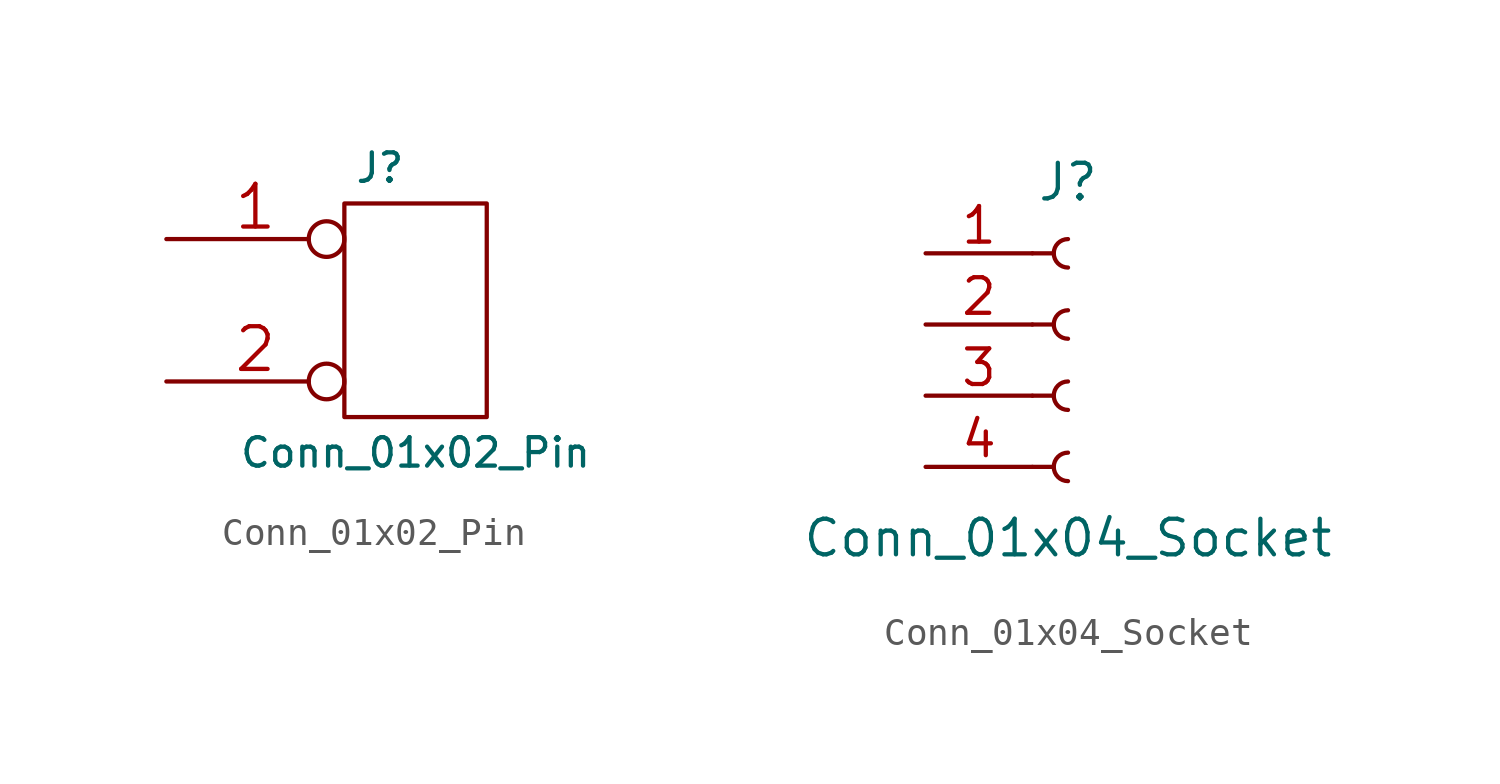
<source format=kicad_sym>
(kicad_symbol_lib
  (version 20220914)
  (generator kicad_symbol_editor)
  (symbol "Conn_01x02_Pin"
    (pin_names
      (offset 1.016) hide)
    (property "Reference" "J"
      (at -1.27 5.08 0)
      (effects (font (size 1.016 1.016))))
    (property "Value" "Conn_01x02_Pin"
      (at 0 -5.08 0)
      (effects (font (size 1.016 1.016))))
    (symbol "Conn_01x02_Pin_0_1"
      (rectangle (start -2.54 3.81) (end 2.54 -3.81) (stroke (width 0) (type solid)) (fill (type none))))
    (symbol "Conn_01x02_Pin_1_1"
      (pin passive inverted (at -8.89 2.54 0) (length 6.35) (name "P1" (effects (font (size 1.524 1.524)))) (number "1" (effects (font (size 1.524 1.524)))))
      (pin passive inverted (at -8.89 -2.54 0) (length 6.35) (name "PM" (effects (font (size 1.524 1.524)))) (number "2" (effects (font (size 1.524 1.524)))))))
  (symbol "Conn_01x04_Socket"
    (pin_names
      (offset 1.016) hide)
    (property "Reference" "J"
      (at 0 5.08 0)
      (effects (font (size 1.27 1.27))))
    (property "Value" "Conn_01x04_Socket"
      (at 0 -7.62 0)
      (effects (font (size 1.27 1.27))))
    (symbol "Conn_01x04_Socket_1_1"
      (arc (start 0 -4.572) (mid -0.5058 -5.08) (end 0 -5.588) (stroke (width 0.1524) (type default)) (fill (type none)))
      (arc (start 0 -2.032) (mid -0.5058 -2.54) (end 0 -3.048) (stroke (width 0.1524) (type default)) (fill (type none)))
      (polyline (pts (xy -1.27 -5.08) (xy -0.508 -5.08)) (stroke (width 0.152) (type default)) (fill (type none)))
      (polyline (pts (xy -1.27 -2.54) (xy -0.508 -2.54)) (stroke (width 0.152) (type default)) (fill (type none)))
      (polyline (pts (xy -1.27 0) (xy -0.508 0)) (stroke (width 0.152) (type default)) (fill (type none)))
      (polyline (pts (xy -1.27 2.54) (xy -0.508 2.54)) (stroke (width 0.152) (type default)) (fill (type none)))
      (arc (start 0 0.508) (mid -0.5058 0) (end 0 -0.508) (stroke (width 0.1524) (type default)) (fill (type none)))
      (arc (start 0 3.048) (mid -0.5058 2.54) (end 0 2.032) (stroke (width 0.1524) (type default)) (fill (type none)))
      (pin passive line (at -5.08 2.54 0) (length 3.81) (name "Pin_1" (effects (font (size 1.27 1.27)))) (number "1" (effects (font (size 1.27 1.27)))))
      (pin passive line (at -5.08 0 0) (length 3.81) (name "Pin_2" (effects (font (size 1.27 1.27)))) (number "2" (effects (font (size 1.27 1.27)))))
      (pin passive line (at -5.08 -2.54 0) (length 3.81) (name "Pin_3" (effects (font (size 1.27 1.27)))) (number "3" (effects (font (size 1.27 1.27)))))
      (pin passive line (at -5.08 -5.08 0) (length 3.81) (name "Pin_4" (effects (font (size 1.27 1.27)))) (number "4" (effects (font (size 1.27 1.27))))))))
</source>
